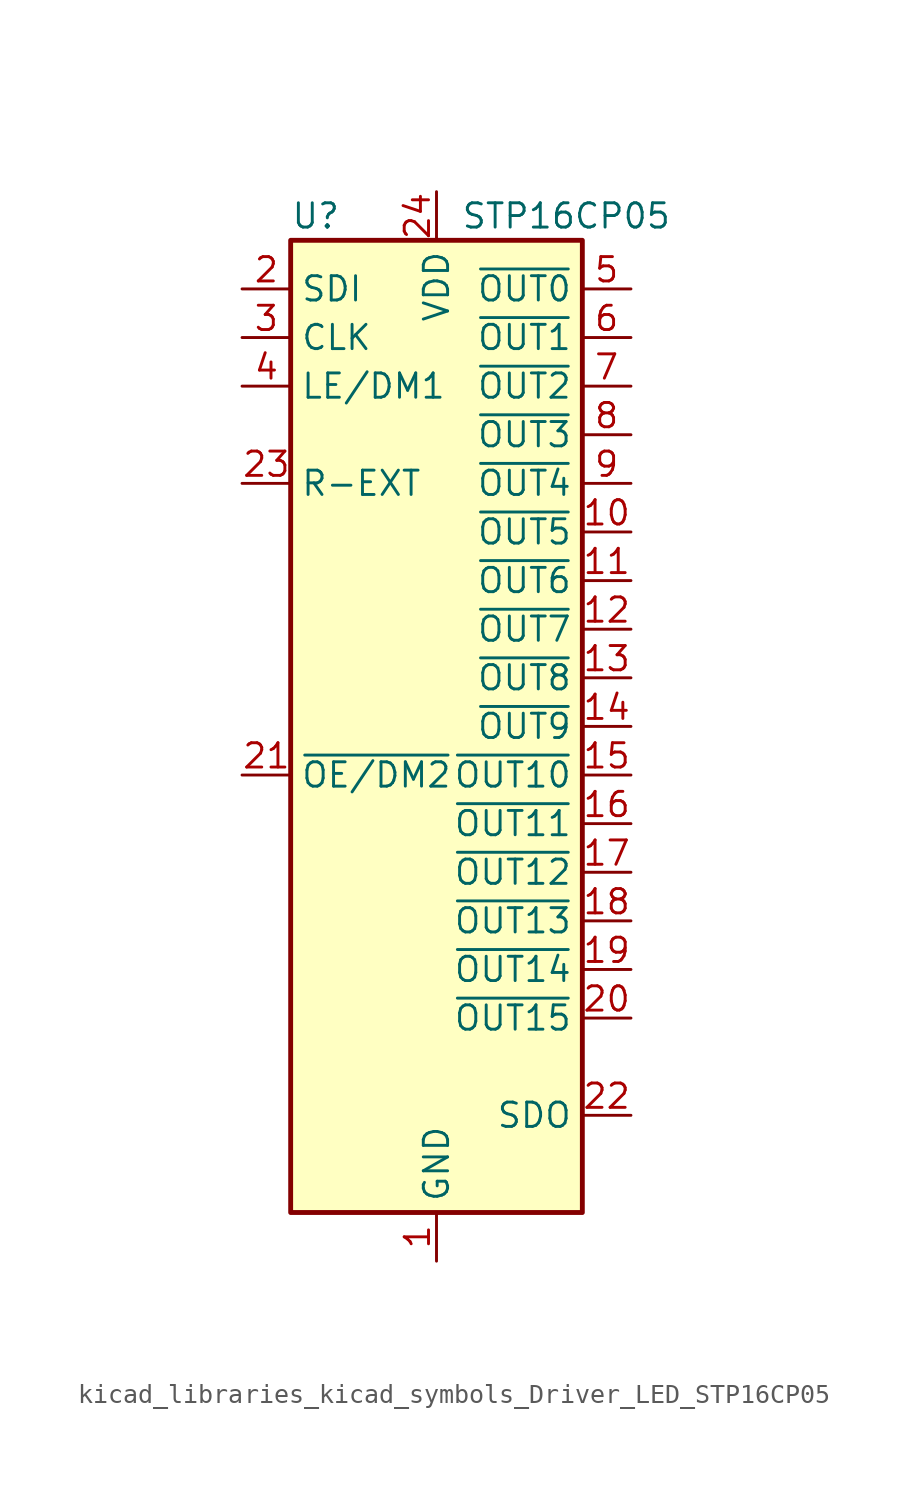
<source format=kicad_sym>
(kicad_symbol_lib
  (version 20220914)
  (generator kicad_symbol_editor)
  (symbol "kicad_libraries_kicad_symbols_Driver_LED_STP16CP05"
    (property "Reference" "U"
      (at -7.62 26.67 0)
      (effects (font (size 1.27 1.27)) (justify left)))
    (property "Value" "STP16CP05"
      (at 1.27 26.67 0)
      (effects (font (size 1.27 1.27)) (justify left)))
    (symbol "kicad_libraries_kicad_symbols_Driver_LED_STP16CP05_0_1"
      (rectangle (start -7.62 25.4) (end 7.62 -25.4) (stroke (width 0.254) (type default)) (fill (type background))))
    (symbol "kicad_libraries_kicad_symbols_Driver_LED_STP16CP05_1_1"
      (pin power_in line (at 0 -27.94 90) (length 2.54) (name "GND" (effects (font (size 1.27 1.27)))) (number "1" (effects (font (size 1.27 1.27)))))
      (pin output line (at 10.16 10.16 180) (length 2.54) (name "~{OUT5}" (effects (font (size 1.27 1.27)))) (number "10" (effects (font (size 1.27 1.27)))))
      (pin output line (at 10.16 7.62 180) (length 2.54) (name "~{OUT6}" (effects (font (size 1.27 1.27)))) (number "11" (effects (font (size 1.27 1.27)))))
      (pin output line (at 10.16 5.08 180) (length 2.54) (name "~{OUT7}" (effects (font (size 1.27 1.27)))) (number "12" (effects (font (size 1.27 1.27)))))
      (pin output line (at 10.16 2.54 180) (length 2.54) (name "~{OUT8}" (effects (font (size 1.27 1.27)))) (number "13" (effects (font (size 1.27 1.27)))))
      (pin output line (at 10.16 0 180) (length 2.54) (name "~{OUT9}" (effects (font (size 1.27 1.27)))) (number "14" (effects (font (size 1.27 1.27)))))
      (pin output line (at 10.16 -2.54 180) (length 2.54) (name "~{OUT10}" (effects (font (size 1.27 1.27)))) (number "15" (effects (font (size 1.27 1.27)))))
      (pin output line (at 10.16 -5.08 180) (length 2.54) (name "~{OUT11}" (effects (font (size 1.27 1.27)))) (number "16" (effects (font (size 1.27 1.27)))))
      (pin output line (at 10.16 -7.62 180) (length 2.54) (name "~{OUT12}" (effects (font (size 1.27 1.27)))) (number "17" (effects (font (size 1.27 1.27)))))
      (pin output line (at 10.16 -10.16 180) (length 2.54) (name "~{OUT13}" (effects (font (size 1.27 1.27)))) (number "18" (effects (font (size 1.27 1.27)))))
      (pin output line (at 10.16 -12.7 180) (length 2.54) (name "~{OUT14}" (effects (font (size 1.27 1.27)))) (number "19" (effects (font (size 1.27 1.27)))))
      (pin input line (at -10.16 22.86 0) (length 2.54) (name "SDI" (effects (font (size 1.27 1.27)))) (number "2" (effects (font (size 1.27 1.27)))))
      (pin output line (at 10.16 -15.24 180) (length 2.54) (name "~{OUT15}" (effects (font (size 1.27 1.27)))) (number "20" (effects (font (size 1.27 1.27)))))
      (pin input line (at -10.16 -2.54 0) (length 2.54) (name "~{OE/DM2}" (effects (font (size 1.27 1.27)))) (number "21" (effects (font (size 1.27 1.27)))))
      (pin output line (at 10.16 -20.32 180) (length 2.54) (name "SDO" (effects (font (size 1.27 1.27)))) (number "22" (effects (font (size 1.27 1.27)))))
      (pin passive line (at -10.16 12.7 0) (length 2.54) (name "R-EXT" (effects (font (size 1.27 1.27)))) (number "23" (effects (font (size 1.27 1.27)))))
      (pin power_in line (at 0 27.94 270) (length 2.54) (name "VDD" (effects (font (size 1.27 1.27)))) (number "24" (effects (font (size 1.27 1.27)))))
      (pin input line (at -10.16 20.32 0) (length 2.54) (name "CLK" (effects (font (size 1.27 1.27)))) (number "3" (effects (font (size 1.27 1.27)))))
      (pin input line (at -10.16 17.78 0) (length 2.54) (name "LE/DM1" (effects (font (size 1.27 1.27)))) (number "4" (effects (font (size 1.27 1.27)))))
      (pin output line (at 10.16 22.86 180) (length 2.54) (name "~{OUT0}" (effects (font (size 1.27 1.27)))) (number "5" (effects (font (size 1.27 1.27)))))
      (pin output line (at 10.16 20.32 180) (length 2.54) (name "~{OUT1}" (effects (font (size 1.27 1.27)))) (number "6" (effects (font (size 1.27 1.27)))))
      (pin output line (at 10.16 17.78 180) (length 2.54) (name "~{OUT2}" (effects (font (size 1.27 1.27)))) (number "7" (effects (font (size 1.27 1.27)))))
      (pin output line (at 10.16 15.24 180) (length 2.54) (name "~{OUT3}" (effects (font (size 1.27 1.27)))) (number "8" (effects (font (size 1.27 1.27)))))
      (pin output line (at 10.16 12.7 180) (length 2.54) (name "~{OUT4}" (effects (font (size 1.27 1.27)))) (number "9" (effects (font (size 1.27 1.27))))))))
</source>
